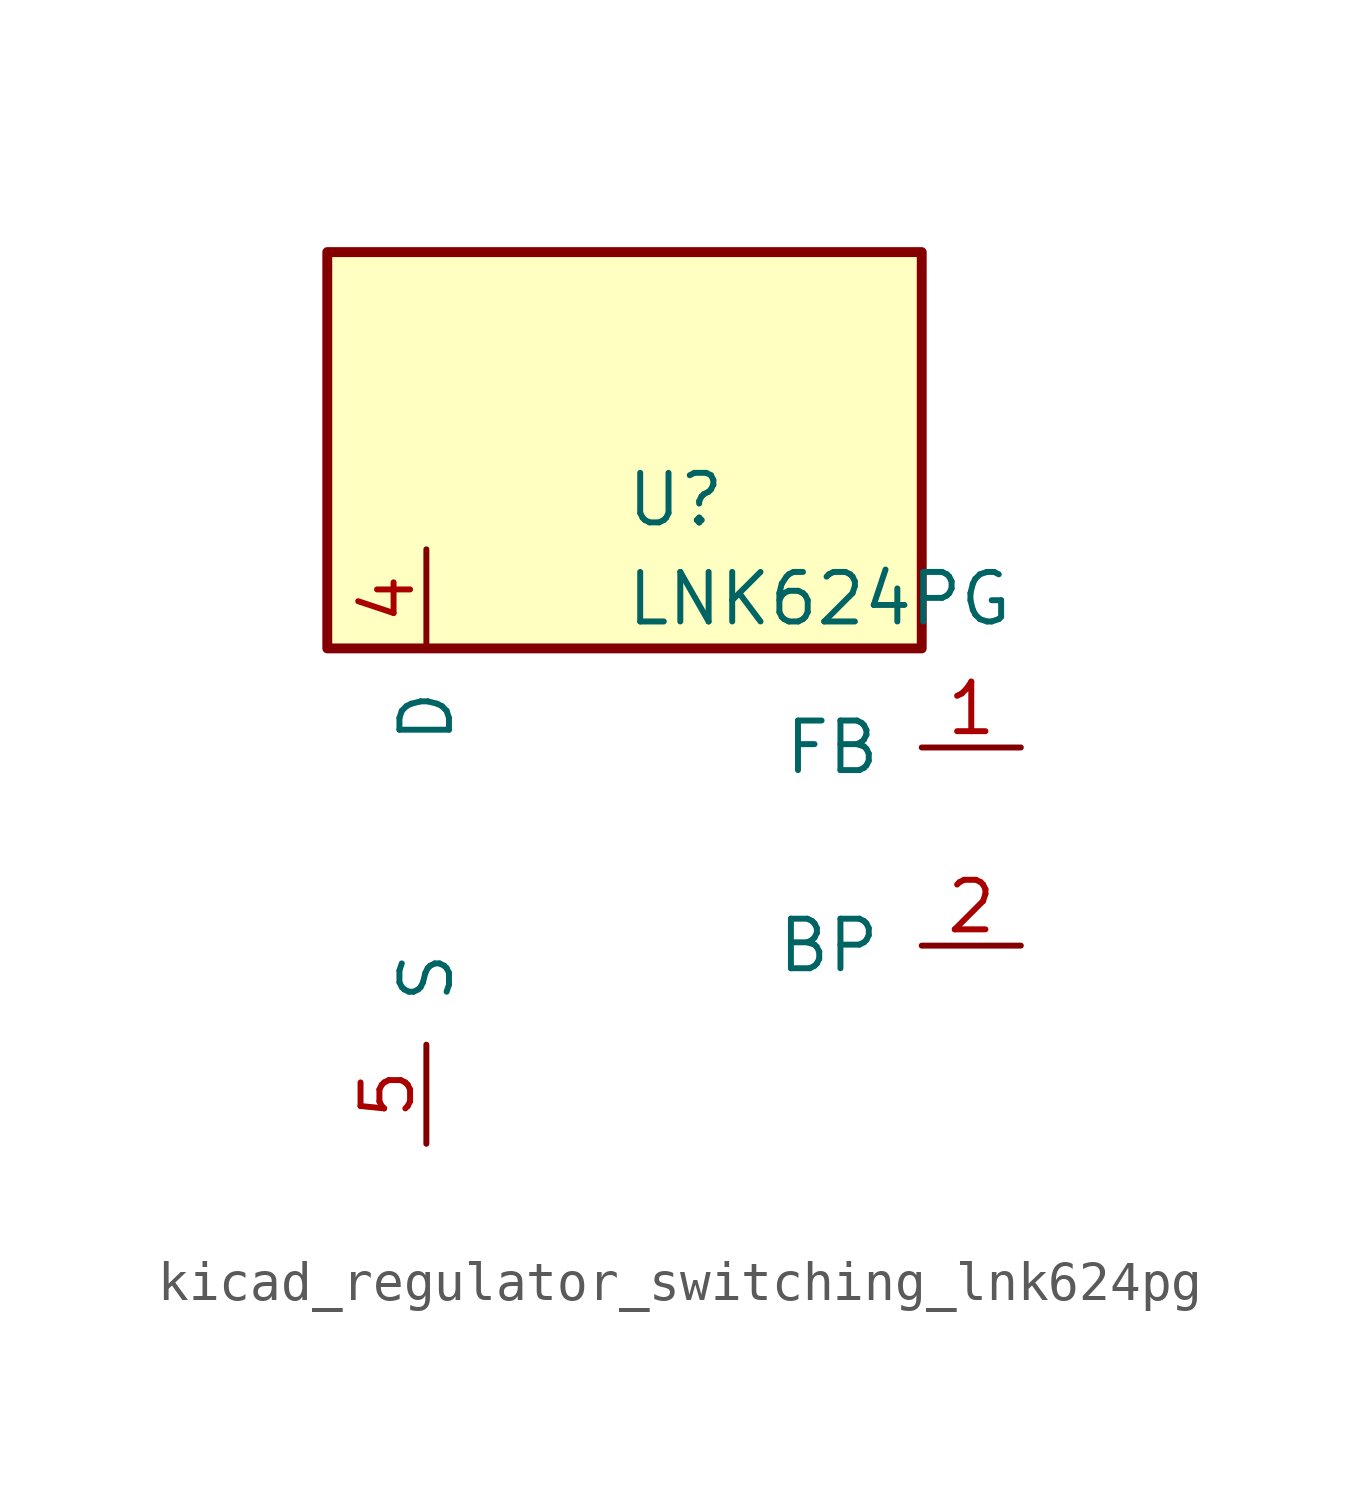
<source format=kicad_sym>
(kicad_symbol_lib
  (version 20220914)
  (generator kicad_symbol_editor)
  (symbol "kicad_regulator_switching_lnk624pg"
    (pin_names
      (offset 1.016))
    (property "Reference" "U"
      (at 0 8.89 0)
      (effects (font (size 1.27 1.27)) (justify left)))
    (property "Value" "LNK624PG"
      (at 0 6.35 0)
      (effects (font (size 1.27 1.27)) (justify left)))
    (symbol "kicad_regulator_switching_lnk624pg_0_1"
      (rectangle (start 7.62 15.24) (end -7.62 5.08) (stroke (width 0.254) (type default)) (fill (type background))))
    (symbol "kicad_regulator_switching_lnk624pg_1_1"
      (pin input line (at 10.16 2.54 180) (length 2.54) (name "FB" (effects (font (size 1.27 1.27)))) (number "1" (effects (font (size 1.27 1.27)))))
      (pin input line (at 10.16 -2.54 180) (length 2.54) (name "BP" (effects (font (size 1.27 1.27)))) (number "2" (effects (font (size 1.27 1.27)))))
      (pin open_collector line (at -5.08 7.62 270) (length 2.54) (name "D" (effects (font (size 1.27 1.27)))) (number "4" (effects (font (size 1.27 1.27)))))
      (pin power_in line (at -5.08 -7.62 90) (length 2.54) (name "S" (effects (font (size 1.27 1.27)))) (number "5" (effects (font (size 1.27 1.27)))))
      (pin passive line (at -5.08 -7.62 90) (length 2.54) hide (name "S" (effects (font (size 1.27 1.27)))) (number "6" (effects (font (size 1.27 1.27)))))
      (pin passive line (at -5.08 -7.62 90) (length 2.54) hide (name "S" (effects (font (size 1.27 1.27)))) (number "7" (effects (font (size 1.27 1.27)))))
      (pin passive line (at -5.08 -7.62 90) (length 2.54) hide (name "S" (effects (font (size 1.27 1.27)))) (number "8" (effects (font (size 1.27 1.27))))))))
</source>
